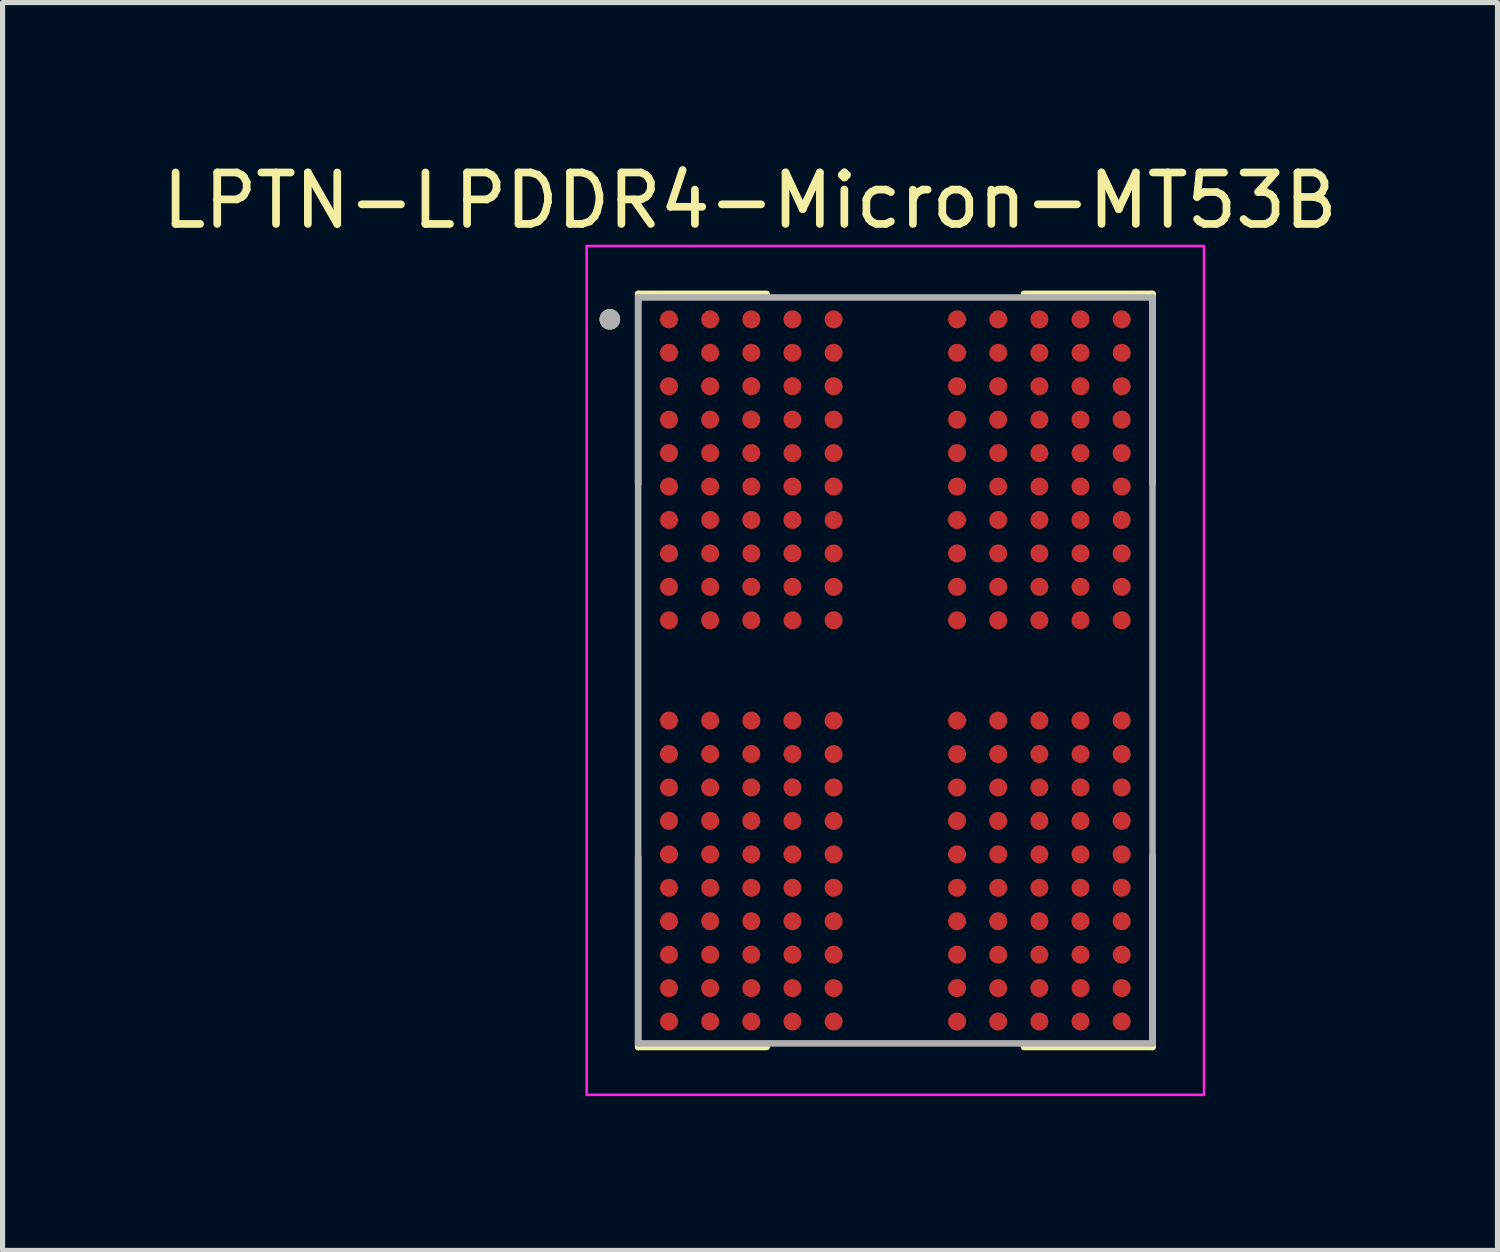
<source format=kicad_pcb>
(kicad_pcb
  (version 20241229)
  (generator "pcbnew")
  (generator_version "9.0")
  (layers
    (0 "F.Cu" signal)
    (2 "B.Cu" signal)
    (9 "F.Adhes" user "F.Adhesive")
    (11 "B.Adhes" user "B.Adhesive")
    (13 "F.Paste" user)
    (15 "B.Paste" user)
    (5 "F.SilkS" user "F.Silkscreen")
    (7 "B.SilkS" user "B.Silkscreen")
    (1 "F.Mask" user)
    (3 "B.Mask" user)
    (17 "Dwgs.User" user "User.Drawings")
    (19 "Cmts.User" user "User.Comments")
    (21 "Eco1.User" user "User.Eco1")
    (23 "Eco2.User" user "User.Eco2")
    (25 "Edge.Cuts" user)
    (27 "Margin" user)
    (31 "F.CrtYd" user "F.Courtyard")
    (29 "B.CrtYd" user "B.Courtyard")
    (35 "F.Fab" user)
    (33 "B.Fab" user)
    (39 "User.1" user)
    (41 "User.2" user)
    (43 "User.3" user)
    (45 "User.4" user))
  (footprint "LPTN-LPDDR4-Micron-MT53B"
    (layer "F.Cu")
    (at 14.355 9.983)
    (property "Reference" "LPTN-LPDDR4-Micron-MT53B" (at -2.825 -9.135 0) (layer "F.SilkS") (effects (font (size 1 1) (thickness 0.15))))
    (attr through_hole)
    (fp_line (start -5 -7.32) (end -5 -3.625) (stroke (width 0.127) (type solid)) (layer "F.SilkS"))
    (fp_line (start -5 -7.32) (end -2.5 -7.32) (stroke (width 0.127) (type solid)) (layer "F.SilkS"))
    (fp_line (start -5 7.32) (end -5 3.625) (stroke (width 0.127) (type solid)) (layer "F.SilkS"))
    (fp_line (start -5 7.32) (end -2.5 7.32) (stroke (width 0.127) (type solid)) (layer "F.SilkS"))
    (fp_line (start 5 -7.32) (end 2.5 -7.32) (stroke (width 0.127) (type solid)) (layer "F.SilkS"))
    (fp_line (start 5 -7.32) (end 5 -3.625) (stroke (width 0.127) (type solid)) (layer "F.SilkS"))
    (fp_line (start 5 7.32) (end 2.5 7.32) (stroke (width 0.127) (type solid)) (layer "F.SilkS"))
    (fp_line (start 5 7.32) (end 5 3.625) (stroke (width 0.127) (type solid)) (layer "F.SilkS"))
    (fp_circle (center -5.55 -6.825) (end -5.45 -6.825) (stroke (width 0.2) (type solid)) (fill no) (layer "F.SilkS"))
    (fp_line (start -6 -8.25) (end 6 -8.25) (stroke (width 0.05) (type solid)) (layer "F.CrtYd"))
    (fp_line (start -6 8.25) (end -6 -8.25) (stroke (width 0.05) (type solid)) (layer "F.CrtYd"))
    (fp_line (start -6 8.25) (end 6 8.25) (stroke (width 0.05) (type solid)) (layer "F.CrtYd"))
    (fp_line (start 6 8.25) (end 6 -8.25) (stroke (width 0.05) (type solid)) (layer "F.CrtYd"))
    (fp_line (start -5 7.25) (end -5 -7.25) (stroke (width 0.127) (type solid)) (layer "F.Fab"))
    (fp_line (start 5 -7.25) (end -5 -7.25) (stroke (width 0.127) (type solid)) (layer "F.Fab"))
    (fp_line (start 5 7.25) (end -5 7.25) (stroke (width 0.127) (type solid)) (layer "F.Fab"))
    (fp_line (start 5 7.25) (end 5 -7.25) (stroke (width 0.127) (type solid)) (layer "F.Fab"))
    (fp_circle (center -5.55 -6.825) (end -5.45 -6.825) (stroke (width 0.2) (type solid)) (fill no) (layer "F.Fab"))
    (pad "A1" smd circle (at -4.4 -6.825) (size 0.35 0.35) (layers "F.Cu" "F.Mask" "F.Paste"))
    (pad "A2" smd circle (at -3.6 -6.825) (size 0.35 0.35) (layers "F.Cu" "F.Mask" "F.Paste"))
    (pad "A3" smd circle (at -2.8 -6.825) (size 0.35 0.35) (layers "F.Cu" "F.Mask" "F.Paste"))
    (pad "A4" smd circle (at -2 -6.825) (size 0.35 0.35) (layers "F.Cu" "F.Mask" "F.Paste"))
    (pad "A5" smd circle (at -1.2 -6.825) (size 0.35 0.35) (layers "F.Cu" "F.Mask" "F.Paste"))
    (pad "A8" smd circle (at 1.2 -6.825) (size 0.35 0.35) (layers "F.Cu" "F.Mask" "F.Paste"))
    (pad "A9" smd circle (at 2 -6.825) (size 0.35 0.35) (layers "F.Cu" "F.Mask" "F.Paste"))
    (pad "A10" smd circle (at 2.8 -6.825) (size 0.35 0.35) (layers "F.Cu" "F.Mask" "F.Paste"))
    (pad "A11" smd circle (at 3.6 -6.825) (size 0.35 0.35) (layers "F.Cu" "F.Mask" "F.Paste"))
    (pad "A12" smd circle (at 4.4 -6.825) (size 0.35 0.35) (layers "F.Cu" "F.Mask" "F.Paste"))
    (pad "AA1" smd circle (at -4.4 6.175) (size 0.35 0.35) (layers "F.Cu" "F.Mask" "F.Paste"))
    (pad "AA2" smd circle (at -3.6 6.175) (size 0.35 0.35) (layers "F.Cu" "F.Mask" "F.Paste"))
    (pad "AA3" smd circle (at -2.8 6.175) (size 0.35 0.35) (layers "F.Cu" "F.Mask" "F.Paste"))
    (pad "AA4" smd circle (at -2 6.175) (size 0.35 0.35) (layers "F.Cu" "F.Mask" "F.Paste"))
    (pad "AA5" smd circle (at -1.2 6.175) (size 0.35 0.35) (layers "F.Cu" "F.Mask" "F.Paste"))
    (pad "AA8" smd circle (at 1.2 6.175) (size 0.35 0.35) (layers "F.Cu" "F.Mask" "F.Paste"))
    (pad "AA9" smd circle (at 2 6.175) (size 0.35 0.35) (layers "F.Cu" "F.Mask" "F.Paste"))
    (pad "AA10" smd circle (at 2.8 6.175) (size 0.35 0.35) (layers "F.Cu" "F.Mask" "F.Paste"))
    (pad "AA11" smd circle (at 3.6 6.175) (size 0.35 0.35) (layers "F.Cu" "F.Mask" "F.Paste"))
    (pad "AA12" smd circle (at 4.4 6.175) (size 0.35 0.35) (layers "F.Cu" "F.Mask" "F.Paste"))
    (pad "AB1" smd circle (at -4.4 6.825) (size 0.35 0.35) (layers "F.Cu" "F.Mask" "F.Paste"))
    (pad "AB2" smd circle (at -3.6 6.825) (size 0.35 0.35) (layers "F.Cu" "F.Mask" "F.Paste"))
    (pad "AB3" smd circle (at -2.8 6.825) (size 0.35 0.35) (layers "F.Cu" "F.Mask" "F.Paste"))
    (pad "AB4" smd circle (at -2 6.825) (size 0.35 0.35) (layers "F.Cu" "F.Mask" "F.Paste"))
    (pad "AB5" smd circle (at -1.2 6.825) (size 0.35 0.35) (layers "F.Cu" "F.Mask" "F.Paste"))
    (pad "AB8" smd circle (at 1.2 6.825) (size 0.35 0.35) (layers "F.Cu" "F.Mask" "F.Paste"))
    (pad "AB9" smd circle (at 2 6.825) (size 0.35 0.35) (layers "F.Cu" "F.Mask" "F.Paste"))
    (pad "AB10" smd circle (at 2.8 6.825) (size 0.35 0.35) (layers "F.Cu" "F.Mask" "F.Paste"))
    (pad "AB11" smd circle (at 3.6 6.825) (size 0.35 0.35) (layers "F.Cu" "F.Mask" "F.Paste"))
    (pad "AB12" smd circle (at 4.4 6.825) (size 0.35 0.35) (layers "F.Cu" "F.Mask" "F.Paste"))
    (pad "B1" smd circle (at -4.4 -6.175) (size 0.35 0.35) (layers "F.Cu" "F.Mask" "F.Paste"))
    (pad "B2" smd circle (at -3.6 -6.175) (size 0.35 0.35) (layers "F.Cu" "F.Mask" "F.Paste"))
    (pad "B3" smd circle (at -2.8 -6.175) (size 0.35 0.35) (layers "F.Cu" "F.Mask" "F.Paste"))
    (pad "B4" smd circle (at -2 -6.175) (size 0.35 0.35) (layers "F.Cu" "F.Mask" "F.Paste"))
    (pad "B5" smd circle (at -1.2 -6.175) (size 0.35 0.35) (layers "F.Cu" "F.Mask" "F.Paste"))
    (pad "B8" smd circle (at 1.2 -6.175) (size 0.35 0.35) (layers "F.Cu" "F.Mask" "F.Paste"))
    (pad "B9" smd circle (at 2 -6.175) (size 0.35 0.35) (layers "F.Cu" "F.Mask" "F.Paste"))
    (pad "B10" smd circle (at 2.8 -6.175) (size 0.35 0.35) (layers "F.Cu" "F.Mask" "F.Paste"))
    (pad "B11" smd circle (at 3.6 -6.175) (size 0.35 0.35) (layers "F.Cu" "F.Mask" "F.Paste"))
    (pad "B12" smd circle (at 4.4 -6.175) (size 0.35 0.35) (layers "F.Cu" "F.Mask" "F.Paste"))
    (pad "C1" smd circle (at -4.4 -5.525) (size 0.35 0.35) (layers "F.Cu" "F.Mask" "F.Paste"))
    (pad "C2" smd circle (at -3.6 -5.525) (size 0.35 0.35) (layers "F.Cu" "F.Mask" "F.Paste"))
    (pad "C3" smd circle (at -2.8 -5.525) (size 0.35 0.35) (layers "F.Cu" "F.Mask" "F.Paste"))
    (pad "C4" smd circle (at -2 -5.525) (size 0.35 0.35) (layers "F.Cu" "F.Mask" "F.Paste"))
    (pad "C5" smd circle (at -1.2 -5.525) (size 0.35 0.35) (layers "F.Cu" "F.Mask" "F.Paste"))
    (pad "C8" smd circle (at 1.2 -5.525) (size 0.35 0.35) (layers "F.Cu" "F.Mask" "F.Paste"))
    (pad "C9" smd circle (at 2 -5.525) (size 0.35 0.35) (layers "F.Cu" "F.Mask" "F.Paste"))
    (pad "C10" smd circle (at 2.8 -5.525) (size 0.35 0.35) (layers "F.Cu" "F.Mask" "F.Paste"))
    (pad "C11" smd circle (at 3.6 -5.525) (size 0.35 0.35) (layers "F.Cu" "F.Mask" "F.Paste"))
    (pad "C12" smd circle (at 4.4 -5.525) (size 0.35 0.35) (layers "F.Cu" "F.Mask" "F.Paste"))
    (pad "D1" smd circle (at -4.4 -4.875) (size 0.35 0.35) (layers "F.Cu" "F.Mask" "F.Paste"))
    (pad "D2" smd circle (at -3.6 -4.875) (size 0.35 0.35) (layers "F.Cu" "F.Mask" "F.Paste"))
    (pad "D3" smd circle (at -2.8 -4.875) (size 0.35 0.35) (layers "F.Cu" "F.Mask" "F.Paste"))
    (pad "D4" smd circle (at -2 -4.875) (size 0.35 0.35) (layers "F.Cu" "F.Mask" "F.Paste"))
    (pad "D5" smd circle (at -1.2 -4.875) (size 0.35 0.35) (layers "F.Cu" "F.Mask" "F.Paste"))
    (pad "D8" smd circle (at 1.2 -4.875) (size 0.35 0.35) (layers "F.Cu" "F.Mask" "F.Paste"))
    (pad "D9" smd circle (at 2 -4.875) (size 0.35 0.35) (layers "F.Cu" "F.Mask" "F.Paste"))
    (pad "D10" smd circle (at 2.8 -4.875) (size 0.35 0.35) (layers "F.Cu" "F.Mask" "F.Paste"))
    (pad "D11" smd circle (at 3.6 -4.875) (size 0.35 0.35) (layers "F.Cu" "F.Mask" "F.Paste"))
    (pad "D12" smd circle (at 4.4 -4.875) (size 0.35 0.35) (layers "F.Cu" "F.Mask" "F.Paste"))
    (pad "E1" smd circle (at -4.4 -4.225) (size 0.35 0.35) (layers "F.Cu" "F.Mask" "F.Paste"))
    (pad "E2" smd circle (at -3.6 -4.225) (size 0.35 0.35) (layers "F.Cu" "F.Mask" "F.Paste"))
    (pad "E3" smd circle (at -2.8 -4.225) (size 0.35 0.35) (layers "F.Cu" "F.Mask" "F.Paste"))
    (pad "E4" smd circle (at -2 -4.225) (size 0.35 0.35) (layers "F.Cu" "F.Mask" "F.Paste"))
    (pad "E5" smd circle (at -1.2 -4.225) (size 0.35 0.35) (layers "F.Cu" "F.Mask" "F.Paste"))
    (pad "E8" smd circle (at 1.2 -4.225) (size 0.35 0.35) (layers "F.Cu" "F.Mask" "F.Paste"))
    (pad "E9" smd circle (at 2 -4.225) (size 0.35 0.35) (layers "F.Cu" "F.Mask" "F.Paste"))
    (pad "E10" smd circle (at 2.8 -4.225) (size 0.35 0.35) (layers "F.Cu" "F.Mask" "F.Paste"))
    (pad "E11" smd circle (at 3.6 -4.225) (size 0.35 0.35) (layers "F.Cu" "F.Mask" "F.Paste"))
    (pad "E12" smd circle (at 4.4 -4.225) (size 0.35 0.35) (layers "F.Cu" "F.Mask" "F.Paste"))
    (pad "F1" smd circle (at -4.4 -3.575) (size 0.35 0.35) (layers "F.Cu" "F.Mask" "F.Paste"))
    (pad "F2" smd circle (at -3.6 -3.575) (size 0.35 0.35) (layers "F.Cu" "F.Mask" "F.Paste"))
    (pad "F3" smd circle (at -2.8 -3.575) (size 0.35 0.35) (layers "F.Cu" "F.Mask" "F.Paste"))
    (pad "F4" smd circle (at -2 -3.575) (size 0.35 0.35) (layers "F.Cu" "F.Mask" "F.Paste"))
    (pad "F5" smd circle (at -1.2 -3.575) (size 0.35 0.35) (layers "F.Cu" "F.Mask" "F.Paste"))
    (pad "F8" smd circle (at 1.2 -3.575) (size 0.35 0.35) (layers "F.Cu" "F.Mask" "F.Paste"))
    (pad "F9" smd circle (at 2 -3.575) (size 0.35 0.35) (layers "F.Cu" "F.Mask" "F.Paste"))
    (pad "F10" smd circle (at 2.8 -3.575) (size 0.35 0.35) (layers "F.Cu" "F.Mask" "F.Paste"))
    (pad "F11" smd circle (at 3.6 -3.575) (size 0.35 0.35) (layers "F.Cu" "F.Mask" "F.Paste"))
    (pad "F12" smd circle (at 4.4 -3.575) (size 0.35 0.35) (layers "F.Cu" "F.Mask" "F.Paste"))
    (pad "G1" smd circle (at -4.4 -2.925) (size 0.35 0.35) (layers "F.Cu" "F.Mask" "F.Paste"))
    (pad "G2" smd circle (at -3.6 -2.925) (size 0.35 0.35) (layers "F.Cu" "F.Mask" "F.Paste"))
    (pad "G3" smd circle (at -2.8 -2.925) (size 0.35 0.35) (layers "F.Cu" "F.Mask" "F.Paste"))
    (pad "G4" smd circle (at -2 -2.925) (size 0.35 0.35) (layers "F.Cu" "F.Mask" "F.Paste"))
    (pad "G5" smd circle (at -1.2 -2.925) (size 0.35 0.35) (layers "F.Cu" "F.Mask" "F.Paste"))
    (pad "G8" smd circle (at 1.2 -2.925) (size 0.35 0.35) (layers "F.Cu" "F.Mask" "F.Paste"))
    (pad "G9" smd circle (at 2 -2.925) (size 0.35 0.35) (layers "F.Cu" "F.Mask" "F.Paste"))
    (pad "G10" smd circle (at 2.8 -2.925) (size 0.35 0.35) (layers "F.Cu" "F.Mask" "F.Paste"))
    (pad "G11" smd circle (at 3.6 -2.925) (size 0.35 0.35) (layers "F.Cu" "F.Mask" "F.Paste"))
    (pad "G12" smd circle (at 4.4 -2.925) (size 0.35 0.35) (layers "F.Cu" "F.Mask" "F.Paste"))
    (pad "H1" smd circle (at -4.4 -2.275) (size 0.35 0.35) (layers "F.Cu" "F.Mask" "F.Paste"))
    (pad "H2" smd circle (at -3.6 -2.275) (size 0.35 0.35) (layers "F.Cu" "F.Mask" "F.Paste"))
    (pad "H3" smd circle (at -2.8 -2.275) (size 0.35 0.35) (layers "F.Cu" "F.Mask" "F.Paste"))
    (pad "H4" smd circle (at -2 -2.275) (size 0.35 0.35) (layers "F.Cu" "F.Mask" "F.Paste"))
    (pad "H5" smd circle (at -1.2 -2.275) (size 0.35 0.35) (layers "F.Cu" "F.Mask" "F.Paste"))
    (pad "H8" smd circle (at 1.2 -2.275) (size 0.35 0.35) (layers "F.Cu" "F.Mask" "F.Paste"))
    (pad "H9" smd circle (at 2 -2.275) (size 0.35 0.35) (layers "F.Cu" "F.Mask" "F.Paste"))
    (pad "H10" smd circle (at 2.8 -2.275) (size 0.35 0.35) (layers "F.Cu" "F.Mask" "F.Paste"))
    (pad "H11" smd circle (at 3.6 -2.275) (size 0.35 0.35) (layers "F.Cu" "F.Mask" "F.Paste"))
    (pad "H12" smd circle (at 4.4 -2.275) (size 0.35 0.35) (layers "F.Cu" "F.Mask" "F.Paste"))
    (pad "J1" smd circle (at -4.4 -1.625) (size 0.35 0.35) (layers "F.Cu" "F.Mask" "F.Paste"))
    (pad "J2" smd circle (at -3.6 -1.625) (size 0.35 0.35) (layers "F.Cu" "F.Mask" "F.Paste"))
    (pad "J3" smd circle (at -2.8 -1.625) (size 0.35 0.35) (layers "F.Cu" "F.Mask" "F.Paste"))
    (pad "J4" smd circle (at -2 -1.625) (size 0.35 0.35) (layers "F.Cu" "F.Mask" "F.Paste"))
    (pad "J5" smd circle (at -1.2 -1.625) (size 0.35 0.35) (layers "F.Cu" "F.Mask" "F.Paste"))
    (pad "J8" smd circle (at 1.2 -1.625) (size 0.35 0.35) (layers "F.Cu" "F.Mask" "F.Paste"))
    (pad "J9" smd circle (at 2 -1.625) (size 0.35 0.35) (layers "F.Cu" "F.Mask" "F.Paste"))
    (pad "J10" smd circle (at 2.8 -1.625) (size 0.35 0.35) (layers "F.Cu" "F.Mask" "F.Paste"))
    (pad "J11" smd circle (at 3.6 -1.625) (size 0.35 0.35) (layers "F.Cu" "F.Mask" "F.Paste"))
    (pad "J12" smd circle (at 4.4 -1.625) (size 0.35 0.35) (layers "F.Cu" "F.Mask" "F.Paste"))
    (pad "K1" smd circle (at -4.4 -0.975) (size 0.35 0.35) (layers "F.Cu" "F.Mask" "F.Paste"))
    (pad "K2" smd circle (at -3.6 -0.975) (size 0.35 0.35) (layers "F.Cu" "F.Mask" "F.Paste"))
    (pad "K3" smd circle (at -2.8 -0.975) (size 0.35 0.35) (layers "F.Cu" "F.Mask" "F.Paste"))
    (pad "K4" smd circle (at -2 -0.975) (size 0.35 0.35) (layers "F.Cu" "F.Mask" "F.Paste"))
    (pad "K5" smd circle (at -1.2 -0.975) (size 0.35 0.35) (layers "F.Cu" "F.Mask" "F.Paste"))
    (pad "K8" smd circle (at 1.2 -0.975) (size 0.35 0.35) (layers "F.Cu" "F.Mask" "F.Paste"))
    (pad "K9" smd circle (at 2 -0.975) (size 0.35 0.35) (layers "F.Cu" "F.Mask" "F.Paste"))
    (pad "K10" smd circle (at 2.8 -0.975) (size 0.35 0.35) (layers "F.Cu" "F.Mask" "F.Paste"))
    (pad "K11" smd circle (at 3.6 -0.975) (size 0.35 0.35) (layers "F.Cu" "F.Mask" "F.Paste"))
    (pad "K12" smd circle (at 4.4 -0.975) (size 0.35 0.35) (layers "F.Cu" "F.Mask" "F.Paste"))
    (pad "N1" smd circle (at -4.4 0.975) (size 0.35 0.35) (layers "F.Cu" "F.Mask" "F.Paste"))
    (pad "N2" smd circle (at -3.6 0.975) (size 0.35 0.35) (layers "F.Cu" "F.Mask" "F.Paste"))
    (pad "N3" smd circle (at -2.8 0.975) (size 0.35 0.35) (layers "F.Cu" "F.Mask" "F.Paste"))
    (pad "N4" smd circle (at -2 0.975) (size 0.35 0.35) (layers "F.Cu" "F.Mask" "F.Paste"))
    (pad "N5" smd circle (at -1.2 0.975) (size 0.35 0.35) (layers "F.Cu" "F.Mask" "F.Paste"))
    (pad "N8" smd circle (at 1.2 0.975) (size 0.35 0.35) (layers "F.Cu" "F.Mask" "F.Paste"))
    (pad "N9" smd circle (at 2 0.975) (size 0.35 0.35) (layers "F.Cu" "F.Mask" "F.Paste"))
    (pad "N10" smd circle (at 2.8 0.975) (size 0.35 0.35) (layers "F.Cu" "F.Mask" "F.Paste"))
    (pad "N11" smd circle (at 3.6 0.975) (size 0.35 0.35) (layers "F.Cu" "F.Mask" "F.Paste"))
    (pad "N12" smd circle (at 4.4 0.975) (size 0.35 0.35) (layers "F.Cu" "F.Mask" "F.Paste"))
    (pad "P1" smd circle (at -4.4 1.625) (size 0.35 0.35) (layers "F.Cu" "F.Mask" "F.Paste"))
    (pad "P2" smd circle (at -3.6 1.625) (size 0.35 0.35) (layers "F.Cu" "F.Mask" "F.Paste"))
    (pad "P3" smd circle (at -2.8 1.625) (size 0.35 0.35) (layers "F.Cu" "F.Mask" "F.Paste"))
    (pad "P4" smd circle (at -2 1.625) (size 0.35 0.35) (layers "F.Cu" "F.Mask" "F.Paste"))
    (pad "P5" smd circle (at -1.2 1.625) (size 0.35 0.35) (layers "F.Cu" "F.Mask" "F.Paste"))
    (pad "P8" smd circle (at 1.2 1.625) (size 0.35 0.35) (layers "F.Cu" "F.Mask" "F.Paste"))
    (pad "P9" smd circle (at 2 1.625) (size 0.35 0.35) (layers "F.Cu" "F.Mask" "F.Paste"))
    (pad "P10" smd circle (at 2.8 1.625) (size 0.35 0.35) (layers "F.Cu" "F.Mask" "F.Paste"))
    (pad "P11" smd circle (at 3.6 1.625) (size 0.35 0.35) (layers "F.Cu" "F.Mask" "F.Paste"))
    (pad "P12" smd circle (at 4.4 1.625) (size 0.35 0.35) (layers "F.Cu" "F.Mask" "F.Paste"))
    (pad "R1" smd circle (at -4.4 2.275) (size 0.35 0.35) (layers "F.Cu" "F.Mask" "F.Paste"))
    (pad "R2" smd circle (at -3.6 2.275) (size 0.35 0.35) (layers "F.Cu" "F.Mask" "F.Paste"))
    (pad "R3" smd circle (at -2.8 2.275) (size 0.35 0.35) (layers "F.Cu" "F.Mask" "F.Paste"))
    (pad "R4" smd circle (at -2 2.275) (size 0.35 0.35) (layers "F.Cu" "F.Mask" "F.Paste"))
    (pad "R5" smd circle (at -1.2 2.275) (size 0.35 0.35) (layers "F.Cu" "F.Mask" "F.Paste"))
    (pad "R8" smd circle (at 1.2 2.275) (size 0.35 0.35) (layers "F.Cu" "F.Mask" "F.Paste"))
    (pad "R9" smd circle (at 2 2.275) (size 0.35 0.35) (layers "F.Cu" "F.Mask" "F.Paste"))
    (pad "R10" smd circle (at 2.8 2.275) (size 0.35 0.35) (layers "F.Cu" "F.Mask" "F.Paste"))
    (pad "R11" smd circle (at 3.6 2.275) (size 0.35 0.35) (layers "F.Cu" "F.Mask" "F.Paste"))
    (pad "R12" smd circle (at 4.4 2.275) (size 0.35 0.35) (layers "F.Cu" "F.Mask" "F.Paste"))
    (pad "T1" smd circle (at -4.4 2.925) (size 0.35 0.35) (layers "F.Cu" "F.Mask" "F.Paste"))
    (pad "T2" smd circle (at -3.6 2.925) (size 0.35 0.35) (layers "F.Cu" "F.Mask" "F.Paste"))
    (pad "T3" smd circle (at -2.8 2.925) (size 0.35 0.35) (layers "F.Cu" "F.Mask" "F.Paste"))
    (pad "T4" smd circle (at -2 2.925) (size 0.35 0.35) (layers "F.Cu" "F.Mask" "F.Paste"))
    (pad "T5" smd circle (at -1.2 2.925) (size 0.35 0.35) (layers "F.Cu" "F.Mask" "F.Paste"))
    (pad "T8" smd circle (at 1.2 2.925) (size 0.35 0.35) (layers "F.Cu" "F.Mask" "F.Paste"))
    (pad "T9" smd circle (at 2 2.925) (size 0.35 0.35) (layers "F.Cu" "F.Mask" "F.Paste"))
    (pad "T10" smd circle (at 2.8 2.925) (size 0.35 0.35) (layers "F.Cu" "F.Mask" "F.Paste"))
    (pad "T11" smd circle (at 3.6 2.925) (size 0.35 0.35) (layers "F.Cu" "F.Mask" "F.Paste"))
    (pad "T12" smd circle (at 4.4 2.925) (size 0.35 0.35) (layers "F.Cu" "F.Mask" "F.Paste"))
    (pad "U1" smd circle (at -4.4 3.575) (size 0.35 0.35) (layers "F.Cu" "F.Mask" "F.Paste"))
    (pad "U2" smd circle (at -3.6 3.575) (size 0.35 0.35) (layers "F.Cu" "F.Mask" "F.Paste"))
    (pad "U3" smd circle (at -2.8 3.575) (size 0.35 0.35) (layers "F.Cu" "F.Mask" "F.Paste"))
    (pad "U4" smd circle (at -2 3.575) (size 0.35 0.35) (layers "F.Cu" "F.Mask" "F.Paste"))
    (pad "U5" smd circle (at -1.2 3.575) (size 0.35 0.35) (layers "F.Cu" "F.Mask" "F.Paste"))
    (pad "U8" smd circle (at 1.2 3.575) (size 0.35 0.35) (layers "F.Cu" "F.Mask" "F.Paste"))
    (pad "U9" smd circle (at 2 3.575) (size 0.35 0.35) (layers "F.Cu" "F.Mask" "F.Paste"))
    (pad "U10" smd circle (at 2.8 3.575) (size 0.35 0.35) (layers "F.Cu" "F.Mask" "F.Paste"))
    (pad "U11" smd circle (at 3.6 3.575) (size 0.35 0.35) (layers "F.Cu" "F.Mask" "F.Paste"))
    (pad "U12" smd circle (at 4.4 3.575) (size 0.35 0.35) (layers "F.Cu" "F.Mask" "F.Paste"))
    (pad "V1" smd circle (at -4.4 4.225) (size 0.35 0.35) (layers "F.Cu" "F.Mask" "F.Paste"))
    (pad "V2" smd circle (at -3.6 4.225) (size 0.35 0.35) (layers "F.Cu" "F.Mask" "F.Paste"))
    (pad "V3" smd circle (at -2.8 4.225) (size 0.35 0.35) (layers "F.Cu" "F.Mask" "F.Paste"))
    (pad "V4" smd circle (at -2 4.225) (size 0.35 0.35) (layers "F.Cu" "F.Mask" "F.Paste"))
    (pad "V5" smd circle (at -1.2 4.225) (size 0.35 0.35) (layers "F.Cu" "F.Mask" "F.Paste"))
    (pad "V8" smd circle (at 1.2 4.225) (size 0.35 0.35) (layers "F.Cu" "F.Mask" "F.Paste"))
    (pad "V9" smd circle (at 2 4.225) (size 0.35 0.35) (layers "F.Cu" "F.Mask" "F.Paste"))
    (pad "V10" smd circle (at 2.8 4.225) (size 0.35 0.35) (layers "F.Cu" "F.Mask" "F.Paste"))
    (pad "V11" smd circle (at 3.6 4.225) (size 0.35 0.35) (layers "F.Cu" "F.Mask" "F.Paste"))
    (pad "V12" smd circle (at 4.4 4.225) (size 0.35 0.35) (layers "F.Cu" "F.Mask" "F.Paste"))
    (pad "W1" smd circle (at -4.4 4.875) (size 0.35 0.35) (layers "F.Cu" "F.Mask" "F.Paste"))
    (pad "W2" smd circle (at -3.6 4.875) (size 0.35 0.35) (layers "F.Cu" "F.Mask" "F.Paste"))
    (pad "W3" smd circle (at -2.8 4.875) (size 0.35 0.35) (layers "F.Cu" "F.Mask" "F.Paste"))
    (pad "W4" smd circle (at -2 4.875) (size 0.35 0.35) (layers "F.Cu" "F.Mask" "F.Paste"))
    (pad "W5" smd circle (at -1.2 4.875) (size 0.35 0.35) (layers "F.Cu" "F.Mask" "F.Paste"))
    (pad "W8" smd circle (at 1.2 4.875) (size 0.35 0.35) (layers "F.Cu" "F.Mask" "F.Paste"))
    (pad "W9" smd circle (at 2 4.875) (size 0.35 0.35) (layers "F.Cu" "F.Mask" "F.Paste"))
    (pad "W10" smd circle (at 2.8 4.875) (size 0.35 0.35) (layers "F.Cu" "F.Mask" "F.Paste"))
    (pad "W11" smd circle (at 3.6 4.875) (size 0.35 0.35) (layers "F.Cu" "F.Mask" "F.Paste"))
    (pad "W12" smd circle (at 4.4 4.875) (size 0.35 0.35) (layers "F.Cu" "F.Mask" "F.Paste"))
    (pad "Y1" smd circle (at -4.4 5.525) (size 0.35 0.35) (layers "F.Cu" "F.Mask" "F.Paste"))
    (pad "Y2" smd circle (at -3.6 5.525) (size 0.35 0.35) (layers "F.Cu" "F.Mask" "F.Paste"))
    (pad "Y3" smd circle (at -2.8 5.525) (size 0.35 0.35) (layers "F.Cu" "F.Mask" "F.Paste"))
    (pad "Y4" smd circle (at -2 5.525) (size 0.35 0.35) (layers "F.Cu" "F.Mask" "F.Paste"))
    (pad "Y5" smd circle (at -1.2 5.525) (size 0.35 0.35) (layers "F.Cu" "F.Mask" "F.Paste"))
    (pad "Y8" smd circle (at 1.2 5.525) (size 0.35 0.35) (layers "F.Cu" "F.Mask" "F.Paste"))
    (pad "Y9" smd circle (at 2 5.525) (size 0.35 0.35) (layers "F.Cu" "F.Mask" "F.Paste"))
    (pad "Y10" smd circle (at 2.8 5.525) (size 0.35 0.35) (layers "F.Cu" "F.Mask" "F.Paste"))
    (pad "Y11" smd circle (at 3.6 5.525) (size 0.35 0.35) (layers "F.Cu" "F.Mask" "F.Paste"))
    (pad "Y12" smd circle (at 4.4 5.525) (size 0.35 0.35) (layers "F.Cu" "F.Mask" "F.Paste")))
  (gr_rect
    (start -3 -3)
    (end 26.06 21.258)
    (stroke (width 0.1) (type default))
    (fill no)
    (layer "Edge.Cuts")))
</source>
